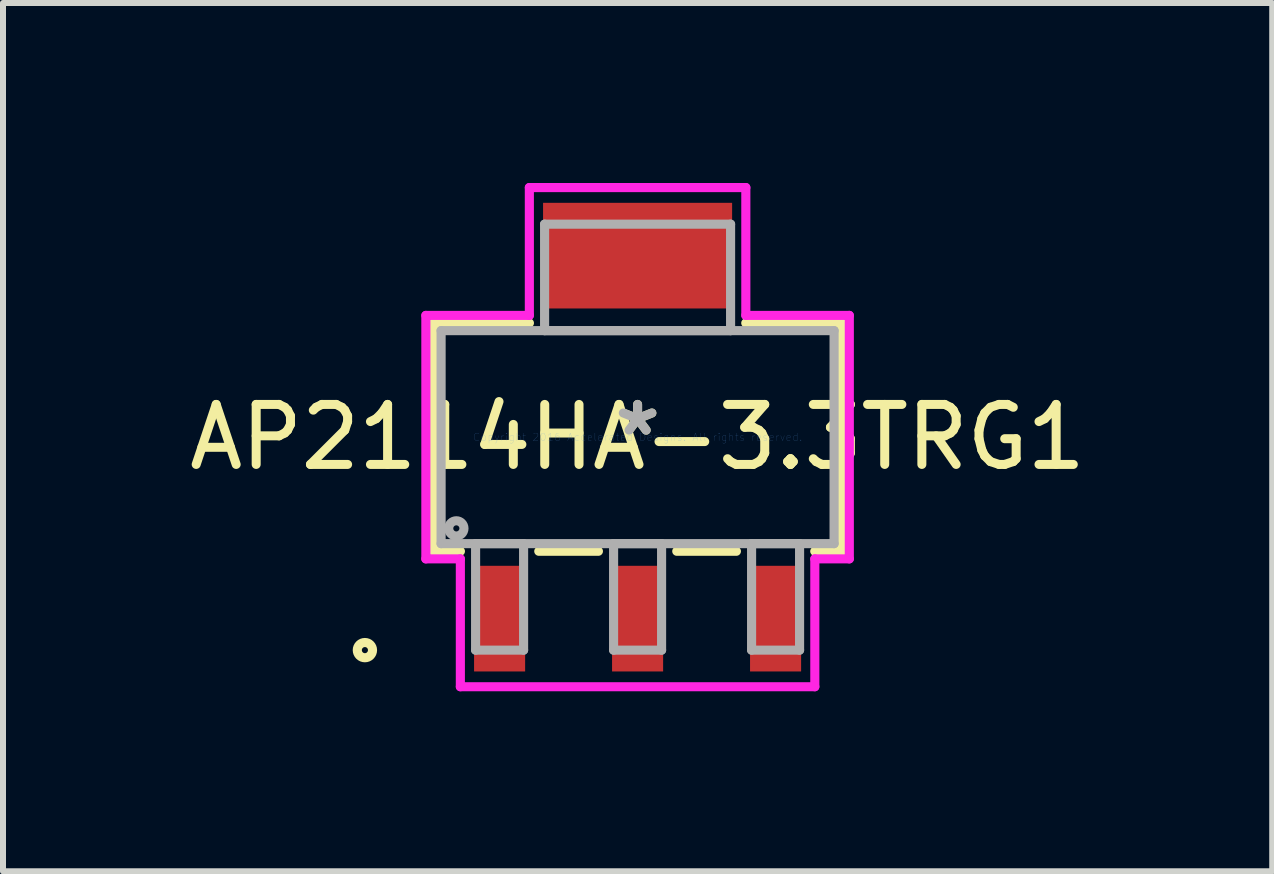
<source format=kicad_pcb>
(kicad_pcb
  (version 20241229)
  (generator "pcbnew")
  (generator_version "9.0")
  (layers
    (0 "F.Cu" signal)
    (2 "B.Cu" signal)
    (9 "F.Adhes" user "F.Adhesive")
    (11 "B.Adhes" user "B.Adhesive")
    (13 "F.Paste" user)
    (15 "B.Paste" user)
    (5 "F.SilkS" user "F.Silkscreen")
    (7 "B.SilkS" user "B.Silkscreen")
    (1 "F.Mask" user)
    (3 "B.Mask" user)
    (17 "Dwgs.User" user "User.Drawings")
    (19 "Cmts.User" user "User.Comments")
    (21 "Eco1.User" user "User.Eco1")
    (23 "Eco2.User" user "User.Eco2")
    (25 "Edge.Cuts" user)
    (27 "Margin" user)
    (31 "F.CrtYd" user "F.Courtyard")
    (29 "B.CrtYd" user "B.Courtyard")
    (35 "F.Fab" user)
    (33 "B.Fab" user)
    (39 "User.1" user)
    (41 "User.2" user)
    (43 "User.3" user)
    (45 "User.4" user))
  (footprint "AP2114HA-3.3TRG1"
    (layer "F.Cu")
    (at 7.577 4.236)
    (property "Reference" "AP2114HA-3.3TRG1" (at 0 0 0) (layer "F.SilkS") (effects (font (size 1 1) (thickness 0.15))))
    (attr through_hole)
    (fp_line (start -3.402 -1.902) (end -3.402 1.902) (stroke (width 0.152) (type solid)) (layer "F.SilkS"))
    (fp_line (start -3.402 1.902) (end -2.953 1.902) (stroke (width 0.152) (type solid)) (layer "F.SilkS"))
    (fp_line (start -1.803 -1.902) (end -3.402 -1.902) (stroke (width 0.152) (type solid)) (layer "F.SilkS"))
    (fp_line (start -1.647 1.902) (end -0.653 1.902) (stroke (width 0.152) (type solid)) (layer "F.SilkS"))
    (fp_line (start 0.653 1.902) (end 1.647 1.902) (stroke (width 0.152) (type solid)) (layer "F.SilkS"))
    (fp_line (start 2.953 1.902) (end 3.402 1.902) (stroke (width 0.152) (type solid)) (layer "F.SilkS"))
    (fp_line (start 3.402 -1.902) (end 1.803 -1.902) (stroke (width 0.152) (type solid)) (layer "F.SilkS"))
    (fp_line (start 3.402 1.902) (end 3.402 -1.902) (stroke (width 0.152) (type solid)) (layer "F.SilkS"))
    (fp_circle (center -4.545 3.55) (end -4.418 3.55) (stroke (width 0.152) (type solid)) (fill no) (layer "F.SilkS"))
    (fp_line (start -3.529 -2.029) (end -1.804 -2.029) (stroke (width 0.152) (type solid)) (layer "F.CrtYd"))
    (fp_line (start -3.529 2.029) (end -3.529 -2.029) (stroke (width 0.152) (type solid)) (layer "F.CrtYd"))
    (fp_line (start -2.954 2.029) (end -3.529 2.029) (stroke (width 0.152) (type solid)) (layer "F.CrtYd"))
    (fp_line (start -2.954 4.16) (end -2.954 2.029) (stroke (width 0.152) (type solid)) (layer "F.CrtYd"))
    (fp_line (start -1.804 -4.16) (end 1.804 -4.16) (stroke (width 0.152) (type solid)) (layer "F.CrtYd"))
    (fp_line (start -1.804 -2.029) (end -1.804 -4.16) (stroke (width 0.152) (type solid)) (layer "F.CrtYd"))
    (fp_line (start 1.804 -4.16) (end 1.804 -2.029) (stroke (width 0.152) (type solid)) (layer "F.CrtYd"))
    (fp_line (start 1.804 -2.029) (end 3.529 -2.029) (stroke (width 0.152) (type solid)) (layer "F.CrtYd"))
    (fp_line (start 2.954 2.029) (end 2.954 4.16) (stroke (width 0.152) (type solid)) (layer "F.CrtYd"))
    (fp_line (start 2.954 4.16) (end -2.954 4.16) (stroke (width 0.152) (type solid)) (layer "F.CrtYd"))
    (fp_line (start 3.529 -2.029) (end 3.529 2.029) (stroke (width 0.152) (type solid)) (layer "F.CrtYd"))
    (fp_line (start 3.529 2.029) (end 2.954 2.029) (stroke (width 0.152) (type solid)) (layer "F.CrtYd"))
    (fp_line (start -3.275 -1.775) (end -3.275 1.775) (stroke (width 0.152) (type solid)) (layer "F.Fab"))
    (fp_line (start -3.275 1.775) (end 3.275 1.775) (stroke (width 0.152) (type solid)) (layer "F.Fab"))
    (fp_line (start -2.7 1.775) (end -2.7 3.55) (stroke (width 0.152) (type solid)) (layer "F.Fab"))
    (fp_line (start -2.7 3.55) (end -1.9 3.55) (stroke (width 0.152) (type solid)) (layer "F.Fab"))
    (fp_line (start -1.9 1.775) (end -2.7 1.775) (stroke (width 0.152) (type solid)) (layer "F.Fab"))
    (fp_line (start -1.9 3.55) (end -1.9 1.775) (stroke (width 0.152) (type solid)) (layer "F.Fab"))
    (fp_line (start -1.55 -3.55) (end -1.55 -1.775) (stroke (width 0.152) (type solid)) (layer "F.Fab"))
    (fp_line (start -1.55 -1.775) (end 1.55 -1.775) (stroke (width 0.152) (type solid)) (layer "F.Fab"))
    (fp_line (start -0.4 1.775) (end -0.4 3.55) (stroke (width 0.152) (type solid)) (layer "F.Fab"))
    (fp_line (start -0.4 3.55) (end 0.4 3.55) (stroke (width 0.152) (type solid)) (layer "F.Fab"))
    (fp_line (start 0.4 1.775) (end -0.4 1.775) (stroke (width 0.152) (type solid)) (layer "F.Fab"))
    (fp_line (start 0.4 3.55) (end 0.4 1.775) (stroke (width 0.152) (type solid)) (layer "F.Fab"))
    (fp_line (start 1.55 -3.55) (end -1.55 -3.55) (stroke (width 0.152) (type solid)) (layer "F.Fab"))
    (fp_line (start 1.55 -1.775) (end 1.55 -3.55) (stroke (width 0.152) (type solid)) (layer "F.Fab"))
    (fp_line (start 1.9 1.775) (end 1.9 3.55) (stroke (width 0.152) (type solid)) (layer "F.Fab"))
    (fp_line (start 1.9 3.55) (end 2.7 3.55) (stroke (width 0.152) (type solid)) (layer "F.Fab"))
    (fp_line (start 2.7 1.775) (end 1.9 1.775) (stroke (width 0.152) (type solid)) (layer "F.Fab"))
    (fp_line (start 2.7 3.55) (end 2.7 1.775) (stroke (width 0.152) (type solid)) (layer "F.Fab"))
    (fp_line (start 3.275 -1.775) (end -3.275 -1.775) (stroke (width 0.152) (type solid)) (layer "F.Fab"))
    (fp_line (start 3.275 1.775) (end 3.275 -1.775) (stroke (width 0.152) (type solid)) (layer "F.Fab"))
    (fp_circle (center -3.021 1.521) (end -2.894 1.521) (stroke (width 0.152) (type solid)) (fill no) (layer "F.Fab"))
    (fp_text user "*" (at 0 0 0) (layer "F.SilkS") (effects (font (size 1 1) (thickness 0.15))))
    (fp_text user "Copyright 2016 Accelerated Designs. All rights reserved." (at 0 0 0) (layer "Cmts.User") (effects (font (size 0.127 0.127) (thickness 0.002))))
    (fp_text user "*" (at 0 0 0) (layer "F.Fab") (effects (font (size 1 1) (thickness 0.15))))
    (pad "1" smd rect (at -2.3 3.025) (size 0.851 1.761) (layers "F.Cu" "F.Mask" "F.Paste"))
    (pad "2" smd rect (at 0 3.025) (size 0.851 1.761) (layers "F.Cu" "F.Mask" "F.Paste"))
    (pad "3" smd rect (at 2.3 3.025) (size 0.851 1.761) (layers "F.Cu" "F.Mask" "F.Paste"))
    (pad "4" smd rect (at 0 -3.025) (size 3.151 1.761) (layers "F.Cu" "F.Mask" "F.Paste")))
  (gr_rect
    (start -3 -3)
    (end 18.155 11.472)
    (stroke (width 0.1) (type default))
    (fill no)
    (layer "Edge.Cuts")))
</source>
